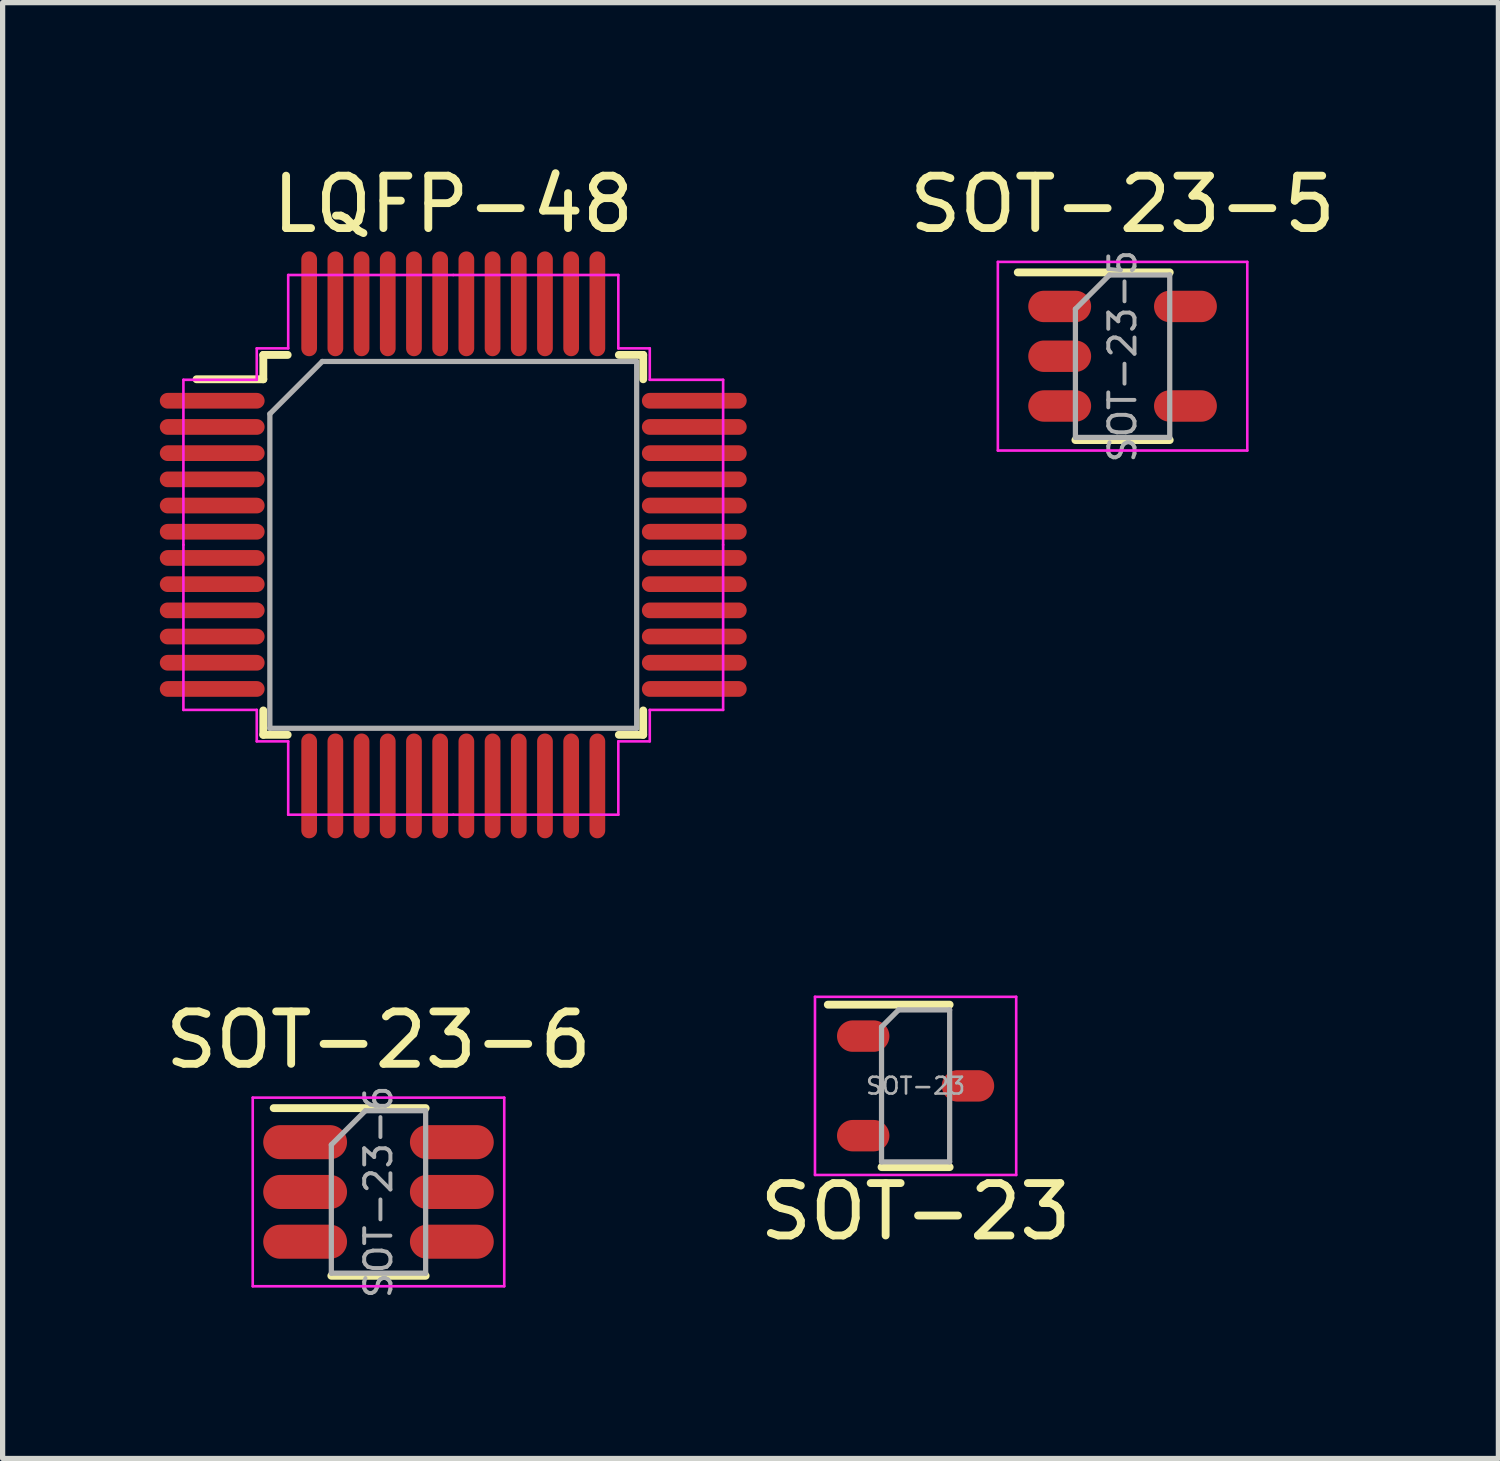
<source format=kicad_pcb>
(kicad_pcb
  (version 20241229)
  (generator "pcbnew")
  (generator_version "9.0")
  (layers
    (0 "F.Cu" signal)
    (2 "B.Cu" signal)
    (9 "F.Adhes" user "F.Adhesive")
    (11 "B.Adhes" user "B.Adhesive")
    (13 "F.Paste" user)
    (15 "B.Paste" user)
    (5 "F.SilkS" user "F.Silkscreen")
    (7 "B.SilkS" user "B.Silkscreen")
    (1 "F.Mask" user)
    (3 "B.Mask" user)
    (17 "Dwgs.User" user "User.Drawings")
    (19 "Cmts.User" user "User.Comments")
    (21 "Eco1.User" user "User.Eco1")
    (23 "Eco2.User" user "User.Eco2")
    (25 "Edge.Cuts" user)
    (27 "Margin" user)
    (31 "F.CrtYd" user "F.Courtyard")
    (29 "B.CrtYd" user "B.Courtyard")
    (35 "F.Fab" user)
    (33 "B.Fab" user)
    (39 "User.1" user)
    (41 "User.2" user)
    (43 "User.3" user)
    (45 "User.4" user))
  (footprint "SOT-23-5"
    (layer "F.Cu")
    (at 18.373 3.748)
    (property "Reference" "SOT-23-5" (at 0 -2.9 0) (layer "F.SilkS") (effects (font (size 1 1) (thickness 0.15))))
    (attr smd)
    (fp_line (start -0.9 1.6) (end 0.9 1.6) (stroke (width 0.15) (type solid)) (layer "F.SilkS"))
    (fp_line (start 0.9 -1.6) (end -2 -1.6) (stroke (width 0.15) (type solid)) (layer "F.SilkS"))
    (fp_line (start -2.38 -1.8) (end -2.38 1.8) (stroke (width 0.05) (type solid)) (layer "F.CrtYd"))
    (fp_line (start -2.38 -1.8) (end 2.38 -1.8) (stroke (width 0.05) (type solid)) (layer "F.CrtYd"))
    (fp_line (start 2.38 1.8) (end -2.38 1.8) (stroke (width 0.05) (type solid)) (layer "F.CrtYd"))
    (fp_line (start 2.38 1.8) (end 2.38 -1.8) (stroke (width 0.05) (type solid)) (layer "F.CrtYd"))
    (fp_line (start -0.9 -0.9) (end -0.9 1.55) (stroke (width 0.1) (type solid)) (layer "F.Fab"))
    (fp_line (start -0.9 -0.9) (end -0.25 -1.55) (stroke (width 0.1) (type solid)) (layer "F.Fab"))
    (fp_line (start 0.9 -1.55) (end -0.25 -1.55) (stroke (width 0.1) (type solid)) (layer "F.Fab"))
    (fp_line (start 0.9 -1.55) (end 0.9 1.55) (stroke (width 0.1) (type solid)) (layer "F.Fab"))
    (fp_line (start 0.9 1.55) (end -0.9 1.55) (stroke (width 0.1) (type solid)) (layer "F.Fab"))
    (fp_text user "${REFERENCE}" (at 0 0 90) (layer "F.Fab") (effects (font (size 0.5 0.5) (thickness 0.075))))
    (pad "1" smd oval (at -1.2 -0.95) (size 1.2 0.6) (layers "F.Cu" "F.Mask" "F.Paste"))
    (pad "2" smd oval (at -1.2 0) (size 1.2 0.6) (layers "F.Cu" "F.Mask" "F.Paste"))
    (pad "3" smd oval (at -1.2 0.95) (size 1.2 0.6) (layers "F.Cu" "F.Mask" "F.Paste"))
    (pad "4" smd oval (at 1.2 0.95) (size 1.2 0.6) (layers "F.Cu" "F.Mask" "F.Paste"))
    (pad "5" smd oval (at 1.2 -0.95) (size 1.2 0.6) (layers "F.Cu" "F.Mask" "F.Paste")))
  (footprint "SOT-23"
    (layer "F.Cu")
    (at 14.423 17.673)
    (property "Reference" "SOT-23" (at 0 2.4 0) (layer "F.SilkS") (effects (font (size 1 1) (thickness 0.15))))
    (attr smd)
    (fp_line (start 0.65 -1.55) (end -1.675 -1.55) (stroke (width 0.15) (type solid)) (layer "F.SilkS"))
    (fp_line (start 0.65 1.55) (end -0.65 1.55) (stroke (width 0.15) (type solid)) (layer "F.SilkS"))
    (fp_line (start -1.92 -1.7) (end -1.92 1.7) (stroke (width 0.05) (type solid)) (layer "F.CrtYd"))
    (fp_line (start -1.92 1.7) (end 1.92 1.7) (stroke (width 0.05) (type solid)) (layer "F.CrtYd"))
    (fp_line (start 1.92 -1.7) (end -1.92 -1.7) (stroke (width 0.05) (type solid)) (layer "F.CrtYd"))
    (fp_line (start 1.92 1.7) (end 1.92 -1.7) (stroke (width 0.05) (type solid)) (layer "F.CrtYd"))
    (fp_line (start -0.65 -1.125) (end -0.325 -1.45) (stroke (width 0.1) (type solid)) (layer "F.Fab"))
    (fp_line (start -0.65 1.45) (end -0.65 -1.125) (stroke (width 0.1) (type solid)) (layer "F.Fab"))
    (fp_line (start -0.325 -1.45) (end 0.65 -1.45) (stroke (width 0.1) (type solid)) (layer "F.Fab"))
    (fp_line (start 0.65 -1.45) (end 0.65 1.45) (stroke (width 0.1) (type solid)) (layer "F.Fab"))
    (fp_line (start 0.65 1.45) (end -0.65 1.45) (stroke (width 0.1) (type solid)) (layer "F.Fab"))
    (fp_text user "${REFERENCE}" (at 0 0 0) (layer "F.Fab") (effects (font (size 0.32 0.32) (thickness 0.05))))
    (pad "1" smd oval (at -1 -0.95) (size 1 0.6) (layers "F.Cu" "F.Mask" "F.Paste"))
    (pad "2" smd oval (at -1 0.95) (size 1 0.6) (layers "F.Cu" "F.Mask" "F.Paste"))
    (pad "3" smd oval (at 1 0) (size 1 0.6) (layers "F.Cu" "F.Mask" "F.Paste")))
  (footprint "LQFP-48"
    (layer "F.Cu")
    (at 5.6 7.348)
    (property "Reference" "LQFP-48" (at 0 -6.5 0) (layer "F.SilkS") (effects (font (size 1 1) (thickness 0.15))))
    (attr smd)
    (fp_line (start -3.625 -3.625) (end -3.625 -3.16) (stroke (width 0.15) (type solid)) (layer "F.SilkS"))
    (fp_line (start -3.625 -3.16) (end -4.9 -3.16) (stroke (width 0.15) (type solid)) (layer "F.SilkS"))
    (fp_line (start -3.625 3.625) (end -3.625 3.16) (stroke (width 0.15) (type solid)) (layer "F.SilkS"))
    (fp_line (start -3.16 -3.625) (end -3.625 -3.625) (stroke (width 0.15) (type solid)) (layer "F.SilkS"))
    (fp_line (start -3.16 3.625) (end -3.625 3.625) (stroke (width 0.15) (type solid)) (layer "F.SilkS"))
    (fp_line (start 3.16 -3.625) (end 3.625 -3.625) (stroke (width 0.15) (type solid)) (layer "F.SilkS"))
    (fp_line (start 3.16 3.625) (end 3.625 3.625) (stroke (width 0.15) (type solid)) (layer "F.SilkS"))
    (fp_line (start 3.625 -3.625) (end 3.625 -3.16) (stroke (width 0.15) (type solid)) (layer "F.SilkS"))
    (fp_line (start 3.625 3.625) (end 3.625 3.16) (stroke (width 0.15) (type solid)) (layer "F.SilkS"))
    (fp_line (start -5.15 -3.15) (end -5.15 0) (stroke (width 0.05) (type solid)) (layer "F.CrtYd"))
    (fp_line (start -5.15 3.15) (end -5.15 0) (stroke (width 0.05) (type solid)) (layer "F.CrtYd"))
    (fp_line (start -3.75 -3.75) (end -3.75 -3.15) (stroke (width 0.05) (type solid)) (layer "F.CrtYd"))
    (fp_line (start -3.75 -3.15) (end -5.15 -3.15) (stroke (width 0.05) (type solid)) (layer "F.CrtYd"))
    (fp_line (start -3.75 3.15) (end -5.15 3.15) (stroke (width 0.05) (type solid)) (layer "F.CrtYd"))
    (fp_line (start -3.75 3.75) (end -3.75 3.15) (stroke (width 0.05) (type solid)) (layer "F.CrtYd"))
    (fp_line (start -3.15 -5.15) (end -3.15 -3.75) (stroke (width 0.05) (type solid)) (layer "F.CrtYd"))
    (fp_line (start -3.15 -3.75) (end -3.75 -3.75) (stroke (width 0.05) (type solid)) (layer "F.CrtYd"))
    (fp_line (start -3.15 3.75) (end -3.75 3.75) (stroke (width 0.05) (type solid)) (layer "F.CrtYd"))
    (fp_line (start -3.15 5.15) (end -3.15 3.75) (stroke (width 0.05) (type solid)) (layer "F.CrtYd"))
    (fp_line (start 0 -5.15) (end -3.15 -5.15) (stroke (width 0.05) (type solid)) (layer "F.CrtYd"))
    (fp_line (start 0 -5.15) (end 3.15 -5.15) (stroke (width 0.05) (type solid)) (layer "F.CrtYd"))
    (fp_line (start 0 5.15) (end -3.15 5.15) (stroke (width 0.05) (type solid)) (layer "F.CrtYd"))
    (fp_line (start 0 5.15) (end 3.15 5.15) (stroke (width 0.05) (type solid)) (layer "F.CrtYd"))
    (fp_line (start 3.15 -5.15) (end 3.15 -3.75) (stroke (width 0.05) (type solid)) (layer "F.CrtYd"))
    (fp_line (start 3.15 -3.75) (end 3.75 -3.75) (stroke (width 0.05) (type solid)) (layer "F.CrtYd"))
    (fp_line (start 3.15 3.75) (end 3.75 3.75) (stroke (width 0.05) (type solid)) (layer "F.CrtYd"))
    (fp_line (start 3.15 5.15) (end 3.15 3.75) (stroke (width 0.05) (type solid)) (layer "F.CrtYd"))
    (fp_line (start 3.75 -3.75) (end 3.75 -3.15) (stroke (width 0.05) (type solid)) (layer "F.CrtYd"))
    (fp_line (start 3.75 -3.15) (end 5.15 -3.15) (stroke (width 0.05) (type solid)) (layer "F.CrtYd"))
    (fp_line (start 3.75 3.15) (end 5.15 3.15) (stroke (width 0.05) (type solid)) (layer "F.CrtYd"))
    (fp_line (start 3.75 3.75) (end 3.75 3.15) (stroke (width 0.05) (type solid)) (layer "F.CrtYd"))
    (fp_line (start 5.15 -3.15) (end 5.15 0) (stroke (width 0.05) (type solid)) (layer "F.CrtYd"))
    (fp_line (start 5.15 3.15) (end 5.15 0) (stroke (width 0.05) (type solid)) (layer "F.CrtYd"))
    (fp_line (start -3.5 -2.5) (end -2.5 -3.5) (stroke (width 0.1) (type solid)) (layer "F.Fab"))
    (fp_line (start -3.5 3.5) (end -3.5 -2.5) (stroke (width 0.1) (type solid)) (layer "F.Fab"))
    (fp_line (start -2.5 -3.5) (end 3.5 -3.5) (stroke (width 0.1) (type solid)) (layer "F.Fab"))
    (fp_line (start 3.5 -3.5) (end 3.5 3.5) (stroke (width 0.1) (type solid)) (layer "F.Fab"))
    (fp_line (start 3.5 3.5) (end -3.5 3.5) (stroke (width 0.1) (type solid)) (layer "F.Fab"))
    (pad "1" smd oval (at -4.6 -2.75) (size 2 0.3) (layers "F.Cu" "F.Mask" "F.Paste"))
    (pad "2" smd oval (at -4.6 -2.25) (size 2 0.3) (layers "F.Cu" "F.Mask" "F.Paste"))
    (pad "3" smd oval (at -4.6 -1.75) (size 2 0.3) (layers "F.Cu" "F.Mask" "F.Paste"))
    (pad "4" smd oval (at -4.6 -1.25) (size 2 0.3) (layers "F.Cu" "F.Mask" "F.Paste"))
    (pad "5" smd oval (at -4.6 -0.75) (size 2 0.3) (layers "F.Cu" "F.Mask" "F.Paste"))
    (pad "6" smd oval (at -4.6 -0.25) (size 2 0.3) (layers "F.Cu" "F.Mask" "F.Paste"))
    (pad "7" smd oval (at -4.6 0.25) (size 2 0.3) (layers "F.Cu" "F.Mask" "F.Paste"))
    (pad "8" smd oval (at -4.6 0.75) (size 2 0.3) (layers "F.Cu" "F.Mask" "F.Paste"))
    (pad "9" smd oval (at -4.6 1.25) (size 2 0.3) (layers "F.Cu" "F.Mask" "F.Paste"))
    (pad "10" smd oval (at -4.6 1.75) (size 2 0.3) (layers "F.Cu" "F.Mask" "F.Paste"))
    (pad "11" smd oval (at -4.6 2.25) (size 2 0.3) (layers "F.Cu" "F.Mask" "F.Paste"))
    (pad "12" smd oval (at -4.6 2.75) (size 2 0.3) (layers "F.Cu" "F.Mask" "F.Paste"))
    (pad "13" smd oval (at -2.75 4.6) (size 0.3 2) (layers "F.Cu" "F.Mask" "F.Paste"))
    (pad "14" smd oval (at -2.25 4.6) (size 0.3 2) (layers "F.Cu" "F.Mask" "F.Paste"))
    (pad "15" smd oval (at -1.75 4.6) (size 0.3 2) (layers "F.Cu" "F.Mask" "F.Paste"))
    (pad "16" smd oval (at -1.25 4.6) (size 0.3 2) (layers "F.Cu" "F.Mask" "F.Paste"))
    (pad "17" smd oval (at -0.75 4.6) (size 0.3 2) (layers "F.Cu" "F.Mask" "F.Paste"))
    (pad "18" smd oval (at -0.25 4.6) (size 0.3 2) (layers "F.Cu" "F.Mask" "F.Paste"))
    (pad "19" smd oval (at 0.25 4.6) (size 0.3 2) (layers "F.Cu" "F.Mask" "F.Paste"))
    (pad "20" smd oval (at 0.75 4.6) (size 0.3 2) (layers "F.Cu" "F.Mask" "F.Paste"))
    (pad "21" smd oval (at 1.25 4.6) (size 0.3 2) (layers "F.Cu" "F.Mask" "F.Paste"))
    (pad "22" smd oval (at 1.75 4.6) (size 0.3 2) (layers "F.Cu" "F.Mask" "F.Paste"))
    (pad "23" smd oval (at 2.25 4.6) (size 0.3 2) (layers "F.Cu" "F.Mask" "F.Paste"))
    (pad "24" smd oval (at 2.75 4.6) (size 0.3 2) (layers "F.Cu" "F.Mask" "F.Paste"))
    (pad "25" smd oval (at 4.6 2.75) (size 2 0.3) (layers "F.Cu" "F.Mask" "F.Paste"))
    (pad "26" smd oval (at 4.6 2.25) (size 2 0.3) (layers "F.Cu" "F.Mask" "F.Paste"))
    (pad "27" smd oval (at 4.6 1.75) (size 2 0.3) (layers "F.Cu" "F.Mask" "F.Paste"))
    (pad "28" smd oval (at 4.6 1.25) (size 2 0.3) (layers "F.Cu" "F.Mask" "F.Paste"))
    (pad "29" smd oval (at 4.6 0.75) (size 2 0.3) (layers "F.Cu" "F.Mask" "F.Paste"))
    (pad "30" smd oval (at 4.6 0.25) (size 2 0.3) (layers "F.Cu" "F.Mask" "F.Paste"))
    (pad "31" smd oval (at 4.6 -0.25) (size 2 0.3) (layers "F.Cu" "F.Mask" "F.Paste"))
    (pad "32" smd oval (at 4.6 -0.75) (size 2 0.3) (layers "F.Cu" "F.Mask" "F.Paste"))
    (pad "33" smd oval (at 4.6 -1.25) (size 2 0.3) (layers "F.Cu" "F.Mask" "F.Paste"))
    (pad "34" smd oval (at 4.6 -1.75) (size 2 0.3) (layers "F.Cu" "F.Mask" "F.Paste"))
    (pad "35" smd oval (at 4.6 -2.25) (size 2 0.3) (layers "F.Cu" "F.Mask" "F.Paste"))
    (pad "36" smd oval (at 4.6 -2.75) (size 2 0.3) (layers "F.Cu" "F.Mask" "F.Paste"))
    (pad "37" smd oval (at 2.75 -4.6) (size 0.3 2) (layers "F.Cu" "F.Mask" "F.Paste"))
    (pad "38" smd oval (at 2.25 -4.6) (size 0.3 2) (layers "F.Cu" "F.Mask" "F.Paste"))
    (pad "39" smd oval (at 1.75 -4.6) (size 0.3 2) (layers "F.Cu" "F.Mask" "F.Paste"))
    (pad "40" smd oval (at 1.25 -4.6) (size 0.3 2) (layers "F.Cu" "F.Mask" "F.Paste"))
    (pad "41" smd oval (at 0.75 -4.6) (size 0.3 2) (layers "F.Cu" "F.Mask" "F.Paste"))
    (pad "42" smd oval (at 0.25 -4.6) (size 0.3 2) (layers "F.Cu" "F.Mask" "F.Paste"))
    (pad "43" smd oval (at -0.25 -4.6) (size 0.3 2) (layers "F.Cu" "F.Mask" "F.Paste"))
    (pad "44" smd oval (at -0.75 -4.6) (size 0.3 2) (layers "F.Cu" "F.Mask" "F.Paste"))
    (pad "45" smd oval (at -1.25 -4.6) (size 0.3 2) (layers "F.Cu" "F.Mask" "F.Paste"))
    (pad "46" smd oval (at -1.75 -4.6) (size 0.3 2) (layers "F.Cu" "F.Mask" "F.Paste"))
    (pad "47" smd oval (at -2.25 -4.6) (size 0.3 2) (layers "F.Cu" "F.Mask" "F.Paste"))
    (pad "48" smd oval (at -2.75 -4.6) (size 0.3 2) (layers "F.Cu" "F.Mask" "F.Paste")))
  (footprint "SOT-23-6"
    (layer "F.Cu")
    (at 4.173 19.697)
    (property "Reference" "SOT-23-6" (at 0 -2.9 0) (layer "F.SilkS") (effects (font (size 1 1) (thickness 0.15))))
    (attr smd)
    (fp_line (start -0.9 1.6) (end 0.9 1.6) (stroke (width 0.15) (type solid)) (layer "F.SilkS"))
    (fp_line (start 0.9 -1.6) (end -2 -1.6) (stroke (width 0.15) (type solid)) (layer "F.SilkS"))
    (fp_line (start -2.4 -1.8) (end 2.4 -1.8) (stroke (width 0.05) (type solid)) (layer "F.CrtYd"))
    (fp_line (start -2.4 1.8) (end -2.4 -1.8) (stroke (width 0.05) (type solid)) (layer "F.CrtYd"))
    (fp_line (start 2.4 -1.8) (end 2.4 1.8) (stroke (width 0.05) (type solid)) (layer "F.CrtYd"))
    (fp_line (start 2.4 1.8) (end -2.4 1.8) (stroke (width 0.05) (type solid)) (layer "F.CrtYd"))
    (fp_line (start -0.9 -0.9) (end -0.9 1.55) (stroke (width 0.1) (type solid)) (layer "F.Fab"))
    (fp_line (start -0.9 -0.9) (end -0.25 -1.55) (stroke (width 0.1) (type solid)) (layer "F.Fab"))
    (fp_line (start 0.9 -1.55) (end -0.25 -1.55) (stroke (width 0.1) (type solid)) (layer "F.Fab"))
    (fp_line (start 0.9 -1.55) (end 0.9 1.55) (stroke (width 0.1) (type solid)) (layer "F.Fab"))
    (fp_line (start 0.9 1.55) (end -0.9 1.55) (stroke (width 0.1) (type solid)) (layer "F.Fab"))
    (fp_text user "${REFERENCE}" (at 0 0 90) (layer "F.Fab") (effects (font (size 0.5 0.5) (thickness 0.075))))
    (pad "1" smd oval (at -1.4 -0.95) (size 1.6 0.65) (layers "F.Cu" "F.Mask" "F.Paste"))
    (pad "2" smd oval (at -1.4 0) (size 1.6 0.65) (layers "F.Cu" "F.Mask" "F.Paste"))
    (pad "3" smd oval (at -1.4 0.95) (size 1.6 0.65) (layers "F.Cu" "F.Mask" "F.Paste"))
    (pad "4" smd oval (at 1.4 0.95) (size 1.6 0.65) (layers "F.Cu" "F.Mask" "F.Paste"))
    (pad "5" smd oval (at 1.4 0) (size 1.6 0.65) (layers "F.Cu" "F.Mask" "F.Paste"))
    (pad "6" smd oval (at 1.4 -0.95) (size 1.6 0.65) (layers "F.Cu" "F.Mask" "F.Paste")))
  (gr_rect
    (start -3 -3)
    (end 25.545 24.783)
    (stroke (width 0.1) (type default))
    (fill no)
    (layer "Edge.Cuts")))
</source>
